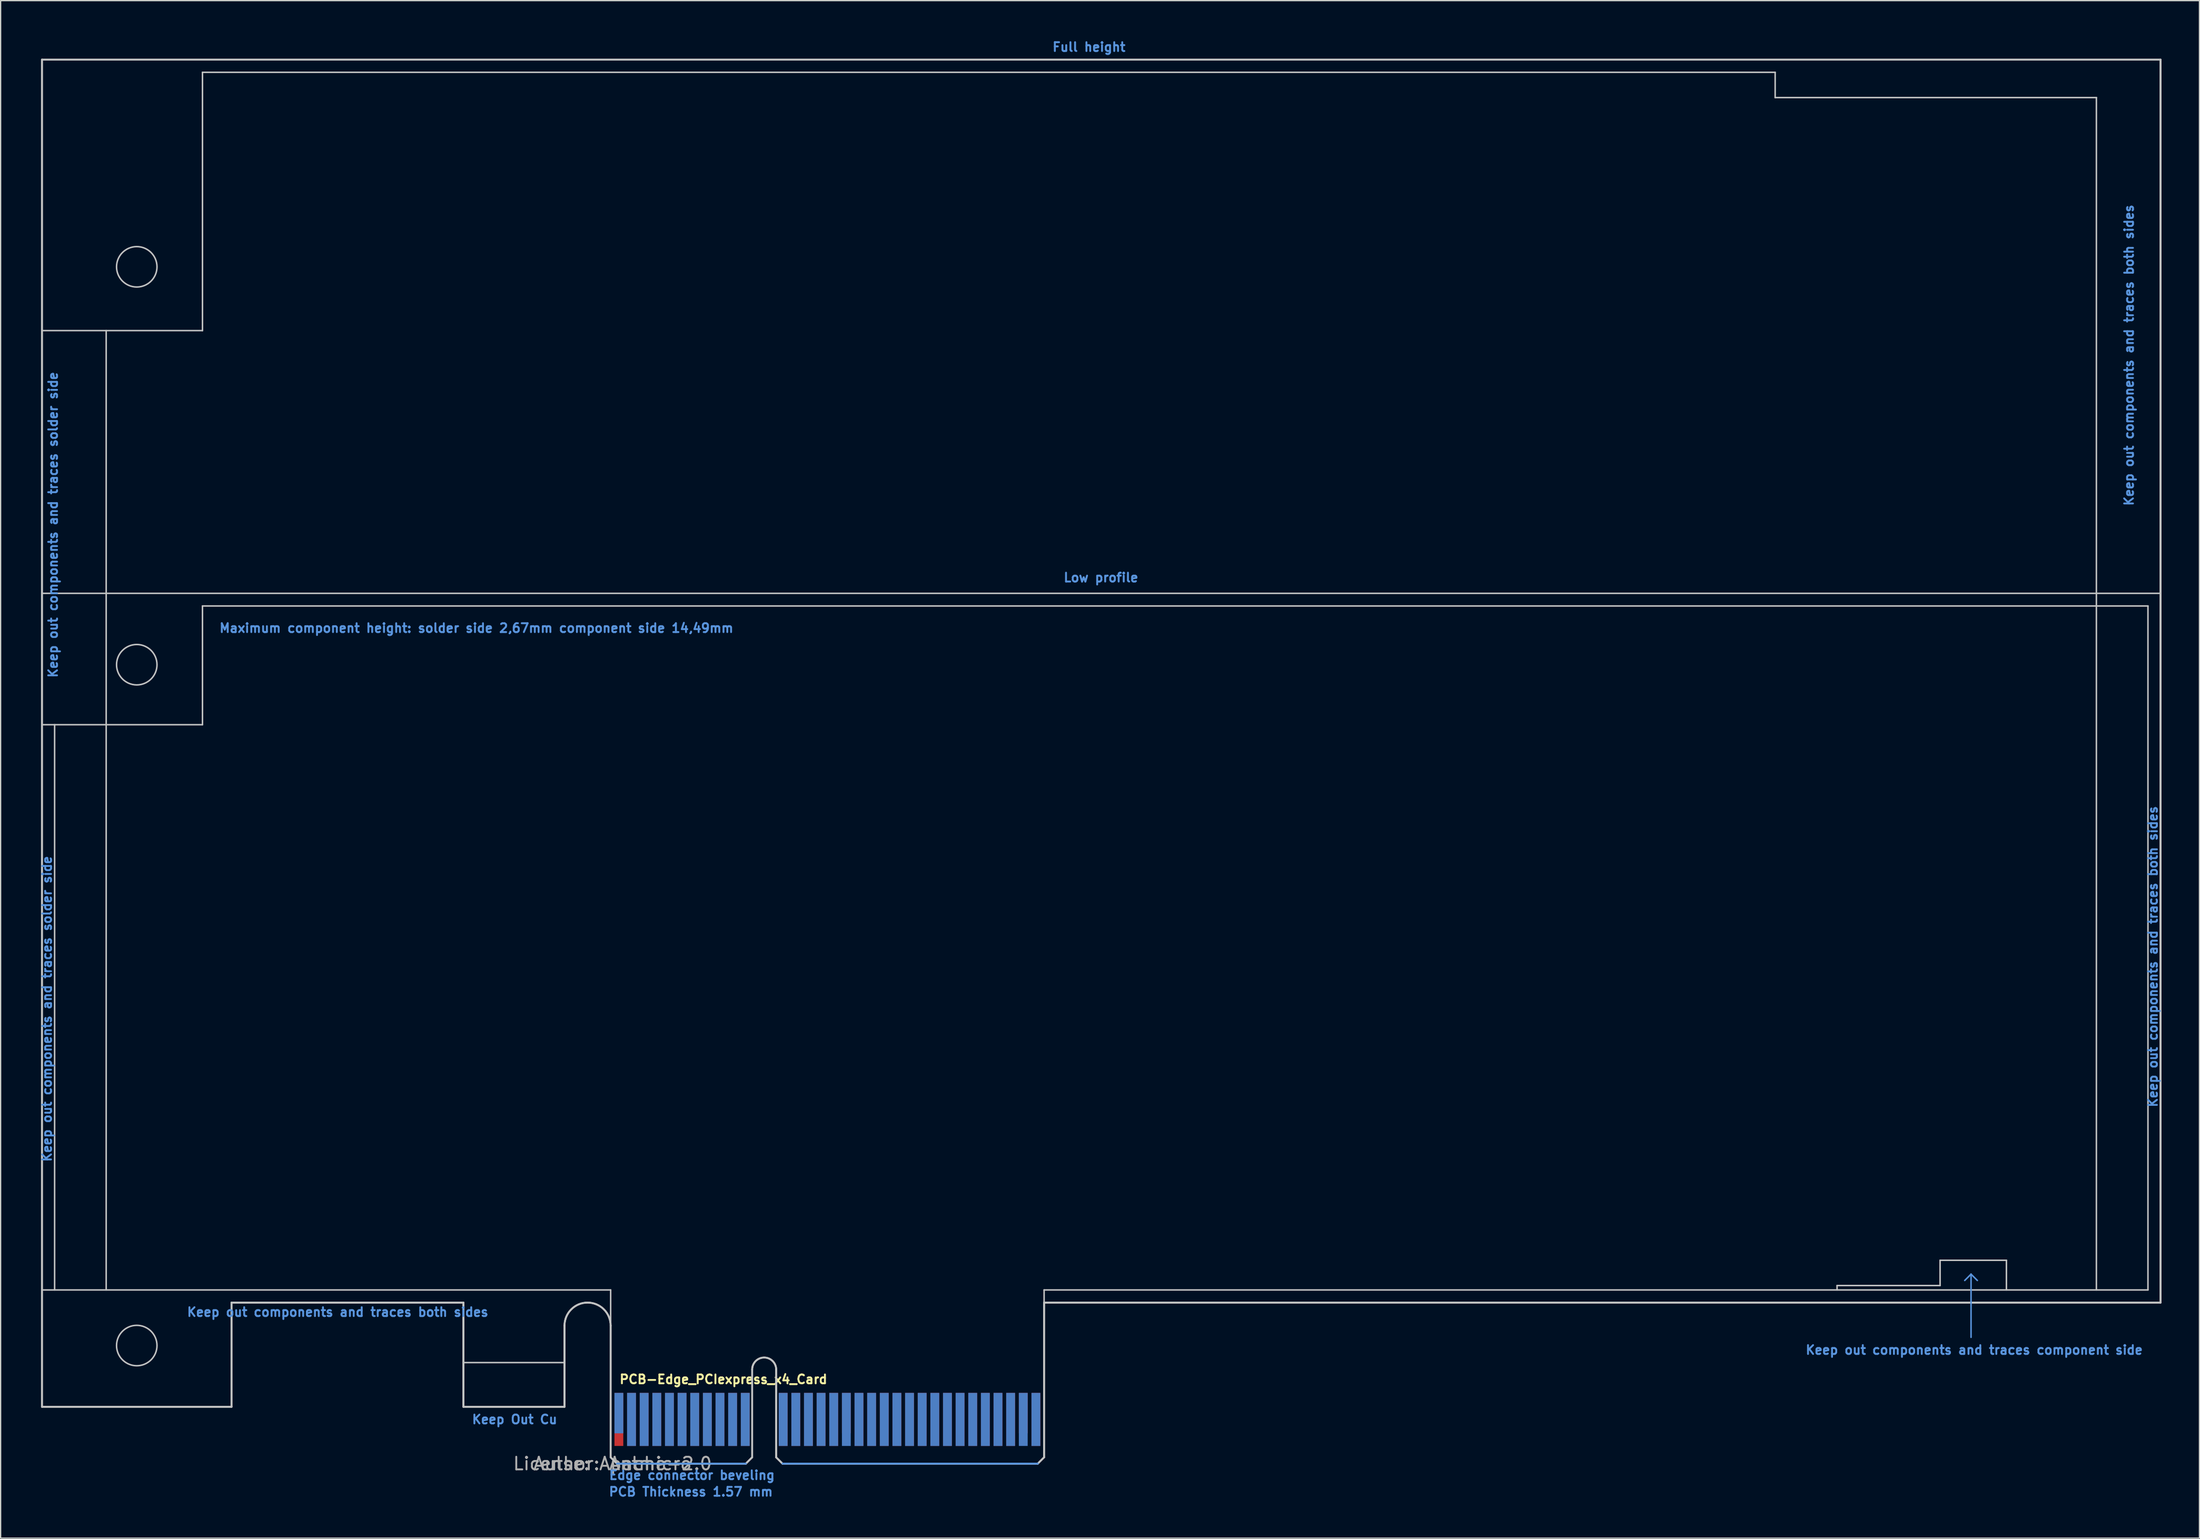
<source format=kicad_pcb>
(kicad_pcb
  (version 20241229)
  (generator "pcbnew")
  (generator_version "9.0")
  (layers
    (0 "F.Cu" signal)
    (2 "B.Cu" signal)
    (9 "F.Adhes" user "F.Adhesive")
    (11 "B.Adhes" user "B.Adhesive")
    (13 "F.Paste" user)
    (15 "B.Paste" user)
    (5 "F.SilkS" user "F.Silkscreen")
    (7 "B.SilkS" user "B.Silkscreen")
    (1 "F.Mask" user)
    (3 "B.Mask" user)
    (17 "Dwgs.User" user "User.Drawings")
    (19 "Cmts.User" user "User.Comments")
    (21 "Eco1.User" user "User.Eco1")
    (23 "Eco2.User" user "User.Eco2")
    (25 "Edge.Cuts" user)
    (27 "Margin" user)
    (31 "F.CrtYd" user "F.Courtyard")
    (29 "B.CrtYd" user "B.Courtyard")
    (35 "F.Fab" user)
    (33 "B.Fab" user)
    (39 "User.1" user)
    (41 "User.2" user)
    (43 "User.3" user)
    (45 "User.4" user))
  (footprint "PCB-Edge_PCIexpress_x4_Card"
    (layer "F.Cu")
    (at 45.423 112.823)
    (property "Reference" "PCB-Edge_PCIexpress_x4_Card" (at 0.475 -6.675 0) (layer "F.SilkS") (effects (font (size 0.7 0.7) (thickness 0.15)) (justify left)))
    (attr exclude_from_pos_files exclude_from_bom)
    (fp_poly (pts (xy -11.8 -4.5) (xy -11.8 -8) (xy -3.8 -8) (xy -3.8 -4.5)) (stroke (width 0) (type solid)) (fill yes) (layer "F.Mask"))
    (fp_poly (pts (xy -0.25 -5.5) (xy 34.25 -5.5) (xy 34.25 0) (xy -0.25 0)) (stroke (width 0.2) (type solid)) (fill yes) (layer "F.Mask"))
    (fp_poly (pts (xy -11.8 -4.5) (xy -11.8 -8) (xy -3.8 -8) (xy -3.8 -4.5)) (stroke (width 0) (type solid)) (fill yes) (layer "B.Mask"))
    (fp_poly (pts (xy -0.25 -5.5) (xy 34.25 -5.5) (xy 34.25 0) (xy -0.25 0)) (stroke (width 0.2) (type solid)) (fill yes) (layer "B.Mask"))
    (fp_line (start -45.15 -111.15) (end -45.15 -4.5) (stroke (width 0.12) (type solid)) (layer "Dwgs.User"))
    (fp_line (start -45.15 -111.15) (end -45.15 -4.5) (stroke (width 0.12) (type solid)) (layer "Dwgs.User"))
    (fp_line (start -45.15 -111.15) (end 122.5 -111.15) (stroke (width 0.12) (type solid)) (layer "Dwgs.User"))
    (fp_line (start -45.15 -111.15) (end 122.5 -111.15) (stroke (width 0.12) (type solid)) (layer "Dwgs.User"))
    (fp_line (start -45.15 -89.7) (end -32.45 -89.7) (stroke (width 0.12) (type solid)) (layer "Dwgs.User"))
    (fp_line (start -45.15 -68.9) (end 122.5 -68.9) (stroke (width 0.12) (type solid)) (layer "Dwgs.User"))
    (fp_line (start -45.15 -58.5) (end -32.45 -58.5) (stroke (width 0.12) (type solid)) (layer "Dwgs.User"))
    (fp_line (start -44.15 -58.5) (end -44.15 -13.75) (stroke (width 0.12) (type solid)) (layer "Dwgs.User"))
    (fp_line (start -40.07 -13.75) (end -40.07 -89.7) (stroke (width 0.12) (type solid)) (layer "Dwgs.User"))
    (fp_line (start -32.45 -110.15) (end -32.45 -89.7) (stroke (width 0.12) (type solid)) (layer "Dwgs.User"))
    (fp_line (start -32.45 -110.15) (end 92 -110.15) (stroke (width 0.12) (type solid)) (layer "Dwgs.User"))
    (fp_line (start -32.45 -67.9) (end 121.5 -67.9) (stroke (width 0.12) (type solid)) (layer "Dwgs.User"))
    (fp_line (start -32.45 -58.5) (end -32.45 -67.9) (stroke (width 0.12) (type solid)) (layer "Dwgs.User"))
    (fp_line (start -30.15 -12.75) (end -11.8 -12.75) (stroke (width 0.12) (type solid)) (layer "Dwgs.User"))
    (fp_line (start -30.15 -12.75) (end -11.8 -12.75) (stroke (width 0.12) (type solid)) (layer "Dwgs.User"))
    (fp_line (start -30.15 -4.5) (end -45.15 -4.5) (stroke (width 0.12) (type solid)) (layer "Dwgs.User"))
    (fp_line (start -30.15 -4.5) (end -45.15 -4.5) (stroke (width 0.12) (type solid)) (layer "Dwgs.User"))
    (fp_line (start -30.15 -4.5) (end -30.15 -12.75) (stroke (width 0.12) (type solid)) (layer "Dwgs.User"))
    (fp_line (start -30.15 -4.5) (end -30.15 -12.75) (stroke (width 0.12) (type solid)) (layer "Dwgs.User"))
    (fp_line (start -11.8 -8) (end -3.8 -8) (stroke (width 0.12) (type solid)) (layer "Dwgs.User"))
    (fp_line (start -11.8 -4.5) (end -11.8 -12.75) (stroke (width 0.12) (type solid)) (layer "Dwgs.User"))
    (fp_line (start -11.8 -4.5) (end -11.8 -12.75) (stroke (width 0.12) (type solid)) (layer "Dwgs.User"))
    (fp_line (start -11.8 -4.5) (end -3.8 -4.5) (stroke (width 0.12) (type solid)) (layer "Dwgs.User"))
    (fp_line (start -11.8 -4.5) (end -3.8 -4.5) (stroke (width 0.12) (type solid)) (layer "Dwgs.User"))
    (fp_line (start -3.8 -4.5) (end -3.8 -10.925) (stroke (width 0.12) (type solid)) (layer "Dwgs.User"))
    (fp_line (start -3.8 -4.5) (end -3.8 -10.925) (stroke (width 0.12) (type solid)) (layer "Dwgs.User"))
    (fp_line (start -0.15 -13.75) (end -45.15 -13.75) (stroke (width 0.12) (type solid)) (layer "Dwgs.User"))
    (fp_line (start -0.15 -10.925) (end -0.15 -13.75) (stroke (width 0.12) (type solid)) (layer "Dwgs.User"))
    (fp_line (start -0.15 -0.5) (end -0.15 -10.925) (stroke (width 0.12) (type solid)) (layer "Dwgs.User"))
    (fp_line (start -0.15 -0.5) (end -0.15 -10.925) (stroke (width 0.12) (type solid)) (layer "Dwgs.User"))
    (fp_line (start -0.15 -0.5) (end 0.35 0) (stroke (width 0.12) (type solid)) (layer "Dwgs.User"))
    (fp_line (start -0.15 -0.5) (end 0.35 0) (stroke (width 0.12) (type solid)) (layer "Dwgs.User"))
    (fp_line (start 0.35 0) (end 10.55 0) (stroke (width 0.12) (type solid)) (layer "Dwgs.User"))
    (fp_line (start 0.35 0) (end 10.55 0) (stroke (width 0.12) (type solid)) (layer "Dwgs.User"))
    (fp_line (start 11.05 -7.45) (end 11.05 -0.5) (stroke (width 0.12) (type solid)) (layer "Dwgs.User"))
    (fp_line (start 11.05 -7.45) (end 11.05 -0.5) (stroke (width 0.12) (type solid)) (layer "Dwgs.User"))
    (fp_line (start 11.05 -0.5) (end 10.55 0) (stroke (width 0.12) (type solid)) (layer "Dwgs.User"))
    (fp_line (start 11.05 -0.5) (end 10.55 0) (stroke (width 0.12) (type solid)) (layer "Dwgs.User"))
    (fp_line (start 12.95 -7.45) (end 12.95 -0.5) (stroke (width 0.12) (type solid)) (layer "Dwgs.User"))
    (fp_line (start 12.95 -7.45) (end 12.95 -0.5) (stroke (width 0.12) (type solid)) (layer "Dwgs.User"))
    (fp_line (start 12.95 -0.5) (end 13.45 0) (stroke (width 0.12) (type solid)) (layer "Dwgs.User"))
    (fp_line (start 12.95 -0.5) (end 13.45 0) (stroke (width 0.12) (type solid)) (layer "Dwgs.User"))
    (fp_line (start 13.45 0) (end 33.65 0) (stroke (width 0.12) (type solid)) (layer "Dwgs.User"))
    (fp_line (start 13.45 0) (end 33.65 0) (stroke (width 0.12) (type solid)) (layer "Dwgs.User"))
    (fp_line (start 34.15 -13.75) (end 121.5 -13.75) (stroke (width 0.12) (type solid)) (layer "Dwgs.User"))
    (fp_line (start 34.15 -12.75) (end 34.15 -13.75) (stroke (width 0.12) (type solid)) (layer "Dwgs.User"))
    (fp_line (start 34.15 -12.75) (end 122.503 -12.75) (stroke (width 0.12) (type solid)) (layer "Dwgs.User"))
    (fp_line (start 34.15 -12.75) (end 122.503 -12.75) (stroke (width 0.12) (type solid)) (layer "Dwgs.User"))
    (fp_line (start 34.15 -0.5) (end 33.65 0) (stroke (width 0.12) (type solid)) (layer "Dwgs.User"))
    (fp_line (start 34.15 -0.5) (end 34.15 -12.75) (stroke (width 0.12) (type solid)) (layer "Dwgs.User"))
    (fp_line (start 34.15 -0.5) (end 34.15 -12.75) (stroke (width 0.12) (type solid)) (layer "Dwgs.User"))
    (fp_line (start 92 -110.15) (end 92 -108.15) (stroke (width 0.12) (type solid)) (layer "Dwgs.User"))
    (fp_line (start 92 -108.15) (end 117.42 -108.15) (stroke (width 0.12) (type solid)) (layer "Dwgs.User"))
    (fp_line (start 96.9 -14.1) (end 96.9 -13.75) (stroke (width 0.12) (type solid)) (layer "Dwgs.User"))
    (fp_line (start 96.9 -14.1) (end 105.05 -14.1) (stroke (width 0.12) (type solid)) (layer "Dwgs.User"))
    (fp_line (start 105.05 -16.1) (end 110.3 -16.1) (stroke (width 0.12) (type solid)) (layer "Dwgs.User"))
    (fp_line (start 105.05 -14.1) (end 105.05 -16.1) (stroke (width 0.12) (type solid)) (layer "Dwgs.User"))
    (fp_line (start 110.3 -16.1) (end 110.3 -13.75) (stroke (width 0.12) (type solid)) (layer "Dwgs.User"))
    (fp_line (start 117.42 -108.15) (end 117.42 -13.75) (stroke (width 0.12) (type solid)) (layer "Dwgs.User"))
    (fp_line (start 121.5 -67.9) (end 121.5 -13.75) (stroke (width 0.12) (type solid)) (layer "Dwgs.User"))
    (fp_line (start 122.5 -111.15) (end 122.5 -12.75) (stroke (width 0.12) (type solid)) (layer "Dwgs.User"))
    (fp_line (start 122.5 -111.15) (end 122.5 -12.75) (stroke (width 0.12) (type solid)) (layer "Dwgs.User"))
    (fp_arc (start -3.8 -10.925) (mid -1.975 -12.75) (end -0.15 -10.925) (stroke (width 0.12) (type solid)) (layer "Dwgs.User"))
    (fp_arc (start -3.8 -10.925) (mid -1.975 -12.75) (end -0.15 -10.925) (stroke (width 0.12) (type solid)) (layer "Dwgs.User"))
    (fp_arc (start 11.05 -7.45) (mid 12 -8.4) (end 12.95 -7.45) (stroke (width 0.12) (type solid)) (layer "Dwgs.User"))
    (fp_arc (start 11.05 -7.45) (mid 12 -8.4) (end 12.95 -7.45) (stroke (width 0.12) (type solid)) (layer "Dwgs.User"))
    (fp_circle (center -37.65 -94.75) (end -36.05 -94.75) (stroke (width 0.12) (type solid)) (fill no) (layer "Dwgs.User"))
    (fp_circle (center -37.65 -63.25) (end -36.05 -63.25) (stroke (width 0.12) (type solid)) (fill no) (layer "Dwgs.User"))
    (fp_circle (center -37.65 -9.35) (end -36.05 -9.35) (stroke (width 0.12) (type solid)) (fill no) (layer "Dwgs.User"))
    (fp_line (start 0.35 0) (end 10.55 0) (stroke (width 0.15) (type solid)) (layer "Cmts.User"))
    (fp_line (start 13.45 0) (end 33.65 0) (stroke (width 0.15) (type solid)) (layer "Cmts.User"))
    (fp_line (start 107.5 -15) (end 107 -14.5) (stroke (width 0.12) (type solid)) (layer "Cmts.User"))
    (fp_line (start 107.5 -15) (end 108 -14.5) (stroke (width 0.12) (type solid)) (layer "Cmts.User"))
    (fp_line (start 107.5 -10) (end 107.5 -15) (stroke (width 0.12) (type solid)) (layer "Cmts.User"))
    (fp_line (start -45.153 -111.15) (end -45.153 -4.5) (stroke (width 0.15) (type solid)) (layer "Edge.Cuts"))
    (fp_line (start -45.153 -111.15) (end 122.497 -111.15) (stroke (width 0.15) (type solid)) (layer "Edge.Cuts"))
    (fp_line (start -30.153 -12.75) (end -11.803 -12.75) (stroke (width 0.15) (type solid)) (layer "Edge.Cuts"))
    (fp_line (start -30.153 -4.5) (end -45.153 -4.5) (stroke (width 0.15) (type solid)) (layer "Edge.Cuts"))
    (fp_line (start -30.153 -4.5) (end -30.153 -12.75) (stroke (width 0.15) (type solid)) (layer "Edge.Cuts"))
    (fp_line (start -11.803 -4.5) (end -11.803 -12.75) (stroke (width 0.15) (type solid)) (layer "Edge.Cuts"))
    (fp_line (start -11.803 -4.5) (end -3.803 -4.5) (stroke (width 0.15) (type solid)) (layer "Edge.Cuts"))
    (fp_line (start -3.803 -4.5) (end -3.803 -10.925) (stroke (width 0.15) (type solid)) (layer "Edge.Cuts"))
    (fp_line (start -0.153 -0.5) (end -0.153 -10.925) (stroke (width 0.15) (type solid)) (layer "Edge.Cuts"))
    (fp_line (start -0.153 -0.5) (end 0.347 0) (stroke (width 0.15) (type solid)) (layer "Edge.Cuts"))
    (fp_line (start 0.347 0) (end 10.547 0) (stroke (width 0.15) (type solid)) (layer "Edge.Cuts"))
    (fp_line (start 11.047 -7.45) (end 11.047 -0.5) (stroke (width 0.15) (type solid)) (layer "Edge.Cuts"))
    (fp_line (start 11.047 -0.5) (end 10.547 0) (stroke (width 0.15) (type solid)) (layer "Edge.Cuts"))
    (fp_line (start 12.947 -7.45) (end 12.947 -0.5) (stroke (width 0.15) (type solid)) (layer "Edge.Cuts"))
    (fp_line (start 12.947 -0.5) (end 13.447 0) (stroke (width 0.15) (type solid)) (layer "Edge.Cuts"))
    (fp_line (start 13.447 0) (end 33.647 0) (stroke (width 0.15) (type solid)) (layer "Edge.Cuts"))
    (fp_line (start 34.147 -12.75) (end 122.5 -12.75) (stroke (width 0.15) (type solid)) (layer "Edge.Cuts"))
    (fp_line (start 34.147 -0.5) (end 33.647 0) (stroke (width 0.15) (type solid)) (layer "Edge.Cuts"))
    (fp_line (start 34.147 -0.5) (end 34.147 -12.75) (stroke (width 0.15) (type solid)) (layer "Edge.Cuts"))
    (fp_line (start 122.497 -111.15) (end 122.497 -12.75) (stroke (width 0.15) (type solid)) (layer "Edge.Cuts"))
    (fp_arc (start -3.8027 -10.925) (mid -1.9777 -12.75) (end -0.1527 -10.925) (stroke (width 0.15) (type solid)) (layer "Edge.Cuts"))
    (fp_arc (start 11.0473 -7.45) (mid 11.9973 -8.4) (end 12.9473 -7.45) (stroke (width 0.15) (type solid)) (layer "Edge.Cuts"))
    (fp_text user "Keep Out Cu" (at -7.75 -3.5 0) (layer "Cmts.User") (effects (font (size 0.7 0.7) (thickness 0.15))))
    (fp_text user "Keep out components and traces component side" (at 107.75 -9 180) (layer "Cmts.User") (effects (font (size 0.7 0.7) (thickness 0.15))))
    (fp_text user "Full height" (at 37.7 -112.15 0) (layer "Cmts.User") (effects (font (size 0.7 0.7) (thickness 0.15))))
    (fp_text user "Keep out components and traces solder side" (at -44.75 -36 90) (layer "Cmts.User") (effects (font (size 0.7 0.7) (thickness 0.15))))
    (fp_text user "Low profile" (at 38.65 -70.15 0) (layer "Cmts.User") (effects (font (size 0.7 0.7) (thickness 0.15))))
    (fp_text user "Keep out components and traces both sides" (at 121.893 -40.135 90) (layer "Cmts.User") (effects (font (size 0.7 0.7) (thickness 0.15))))
    (fp_text user "Maximum component height: solder side 2,67mm component side 14,49mm" (at -10.77 -66.15 0) (layer "Cmts.User") (effects (font (size 0.7 0.7) (thickness 0.15))))
    (fp_text user "Keep out components and traces both sides" (at -21.75 -12 0) (layer "Cmts.User") (effects (font (size 0.7 0.7) (thickness 0.15))))
    (fp_text user "Keep out components and traces solder side" (at -44.275 -74.325 270) (layer "Cmts.User") (effects (font (size 0.7 0.7) (thickness 0.15))))
    (fp_text user "Keep out components and traces both sides" (at 120 -87.75 90) (layer "Cmts.User") (effects (font (size 0.7 0.7) (thickness 0.15))))
    (fp_text user "Edge connector beveling" (at -0.35 1.325 180) (layer "Cmts.User") (effects (font (size 0.7 0.7) (thickness 0.15)) (justify left bottom)))
    (fp_text user "PCB Thickness 1.57 mm" (at 6.2 2.225 180) (layer "Cmts.User") (effects (font (size 0.7 0.7) (thickness 0.15))))
    (fp_text user "Author: Antmicro" (at 0 0 0) (layer "F.Fab") (effects (font (size 1 1) (thickness 0.15))))
    (fp_text user "License: Apache-2.0" (at 0 0 0) (layer "F.Fab") (effects (font (size 1 1) (thickness 0.15))))
    (pad "A1" connect rect (at 0.5 -4) (size 0.7 3.2) (layers "B.Cu" "B.Mask"))
    (pad "A2" connect rect (at 1.5 -3.5) (size 0.7 4.2) (layers "B.Cu" "B.Mask"))
    (pad "A3" connect rect (at 2.5 -3.5) (size 0.7 4.2) (layers "B.Cu" "B.Mask"))
    (pad "A4" connect rect (at 3.5 -3.5) (size 0.7 4.2) (layers "B.Cu" "B.Mask"))
    (pad "A5" connect rect (at 4.5 -3.5) (size 0.7 4.2) (layers "B.Cu" "B.Mask"))
    (pad "A6" connect rect (at 5.5 -3.5) (size 0.7 4.2) (layers "B.Cu" "B.Mask"))
    (pad "A7" connect rect (at 6.5 -3.5) (size 0.7 4.2) (layers "B.Cu" "B.Mask"))
    (pad "A8" connect rect (at 7.5 -3.5) (size 0.7 4.2) (layers "B.Cu" "B.Mask"))
    (pad "A9" connect rect (at 8.5 -3.5) (size 0.7 4.2) (layers "B.Cu" "B.Mask"))
    (pad "A10" connect rect (at 9.5 -3.5) (size 0.7 4.2) (layers "B.Cu" "B.Mask"))
    (pad "A11" connect rect (at 10.5 -3.5) (size 0.7 4.2) (layers "B.Cu" "B.Mask"))
    (pad "A12" connect rect (at 13.5 -3.5) (size 0.7 4.2) (layers "B.Cu" "B.Mask"))
    (pad "A13" connect rect (at 14.5 -3.5) (size 0.7 4.2) (layers "B.Cu" "B.Mask"))
    (pad "A14" connect rect (at 15.5 -3.5) (size 0.7 4.2) (layers "B.Cu" "B.Mask"))
    (pad "A15" connect rect (at 16.5 -3.5) (size 0.7 4.2) (layers "B.Cu" "B.Mask"))
    (pad "A16" connect rect (at 17.5 -3.5) (size 0.7 4.2) (layers "B.Cu" "B.Mask"))
    (pad "A17" connect rect (at 18.5 -3.5) (size 0.7 4.2) (layers "B.Cu" "B.Mask"))
    (pad "A18" connect rect (at 19.5 -3.5) (size 0.7 4.2) (layers "B.Cu" "B.Mask"))
    (pad "A19" connect rect (at 20.5 -3.5) (size 0.7 4.2) (layers "B.Cu" "B.Mask"))
    (pad "A20" connect rect (at 21.5 -3.5) (size 0.7 4.2) (layers "B.Cu" "B.Mask"))
    (pad "A21" connect rect (at 22.5 -3.5) (size 0.7 4.2) (layers "B.Cu" "B.Mask"))
    (pad "A22" connect rect (at 23.5 -3.5) (size 0.7 4.2) (layers "B.Cu" "B.Mask"))
    (pad "A23" connect rect (at 24.5 -3.5) (size 0.7 4.2) (layers "B.Cu" "B.Mask"))
    (pad "A24" connect rect (at 25.5 -3.5) (size 0.7 4.2) (layers "B.Cu" "B.Mask"))
    (pad "A25" connect rect (at 26.5 -3.5) (size 0.7 4.2) (layers "B.Cu" "B.Mask"))
    (pad "A26" connect rect (at 27.5 -3.5) (size 0.7 4.2) (layers "B.Cu" "B.Mask"))
    (pad "A27" connect rect (at 28.5 -3.5) (size 0.7 4.2) (layers "B.Cu" "B.Mask"))
    (pad "A28" connect rect (at 29.5 -3.5) (size 0.7 4.2) (layers "B.Cu" "B.Mask"))
    (pad "A29" connect rect (at 30.5 -3.5) (size 0.7 4.2) (layers "B.Cu" "B.Mask"))
    (pad "A30" connect rect (at 31.5 -3.5) (size 0.7 4.2) (layers "B.Cu" "B.Mask"))
    (pad "A31" connect rect (at 32.5 -3.5) (size 0.7 4.2) (layers "B.Cu" "B.Mask"))
    (pad "A32" connect rect (at 33.5 -3.5) (size 0.7 4.2) (layers "B.Cu" "B.Mask"))
    (pad "B1" connect rect (at 0.5 -3.5) (size 0.7 4.2) (layers "F.Cu" "F.Mask"))
    (pad "B2" connect rect (at 1.5 -3.5) (size 0.7 4.2) (layers "F.Cu" "F.Mask"))
    (pad "B3" connect rect (at 2.5 -3.5) (size 0.7 4.2) (layers "F.Cu" "F.Mask"))
    (pad "B4" connect rect (at 3.5 -3.5) (size 0.7 4.2) (layers "F.Cu" "F.Mask"))
    (pad "B5" connect rect (at 4.5 -3.5) (size 0.7 4.2) (layers "F.Cu" "F.Mask"))
    (pad "B6" connect rect (at 5.5 -3.5) (size 0.7 4.2) (layers "F.Cu" "F.Mask"))
    (pad "B7" connect rect (at 6.5 -3.5) (size 0.7 4.2) (layers "F.Cu" "F.Mask"))
    (pad "B8" connect rect (at 7.5 -3.5) (size 0.7 4.2) (layers "F.Cu" "F.Mask"))
    (pad "B9" connect rect (at 8.5 -3.5) (size 0.7 4.2) (layers "F.Cu" "F.Mask"))
    (pad "B10" connect rect (at 9.5 -3.5) (size 0.7 4.2) (layers "F.Cu" "F.Mask"))
    (pad "B11" connect rect (at 10.5 -3.5) (size 0.7 4.2) (layers "F.Cu" "F.Mask"))
    (pad "B12" connect rect (at 13.5 -3.5) (size 0.7 4.2) (layers "F.Cu" "F.Mask"))
    (pad "B13" connect rect (at 14.5 -3.5) (size 0.7 4.2) (layers "F.Cu" "F.Mask"))
    (pad "B14" connect rect (at 15.5 -3.5) (size 0.7 4.2) (layers "F.Cu" "F.Mask"))
    (pad "B15" connect rect (at 16.5 -3.5) (size 0.7 4.2) (layers "F.Cu" "F.Mask"))
    (pad "B16" connect rect (at 17.5 -3.5) (size 0.7 4.2) (layers "F.Cu" "F.Mask"))
    (pad "B17" connect rect (at 18.5 -4) (size 0.7 3.2) (layers "F.Cu" "F.Mask"))
    (pad "B18" connect rect (at 19.5 -3.5) (size 0.7 4.2) (layers "F.Cu" "F.Mask"))
    (pad "B19" connect rect (at 20.5 -3.5) (size 0.7 4.2) (layers "F.Cu" "F.Mask"))
    (pad "B20" connect rect (at 21.5 -3.5) (size 0.7 4.2) (layers "F.Cu" "F.Mask"))
    (pad "B21" connect rect (at 22.5 -3.5) (size 0.7 4.2) (layers "F.Cu" "F.Mask"))
    (pad "B22" connect rect (at 23.5 -3.5) (size 0.7 4.2) (layers "F.Cu" "F.Mask"))
    (pad "B23" connect rect (at 24.5 -3.5) (size 0.7 4.2) (layers "F.Cu" "F.Mask"))
    (pad "B24" connect rect (at 25.5 -3.5) (size 0.7 4.2) (layers "F.Cu" "F.Mask"))
    (pad "B25" connect rect (at 26.5 -3.5) (size 0.7 4.2) (layers "F.Cu" "F.Mask"))
    (pad "B26" connect rect (at 27.5 -3.5) (size 0.7 4.2) (layers "F.Cu" "F.Mask"))
    (pad "B27" connect rect (at 28.5 -3.5) (size 0.7 4.2) (layers "F.Cu" "F.Mask"))
    (pad "B28" connect rect (at 29.5 -3.5) (size 0.7 4.2) (layers "F.Cu" "F.Mask"))
    (pad "B29" connect rect (at 30.5 -3.5) (size 0.7 4.2) (layers "F.Cu" "F.Mask"))
    (pad "B30" connect rect (at 31.5 -3.5) (size 0.7 4.2) (layers "F.Cu" "F.Mask"))
    (pad "B31" connect rect (at 32.5 -4) (size 0.7 3.2) (layers "F.Cu" "F.Mask"))
    (pad "B32" connect rect (at 33.5 -3.5) (size 0.7 4.2) (layers "F.Cu" "F.Mask")))
  (gr_rect
    (start -3 -3)
    (end 170.998 118.721)
    (stroke (width 0.1) (type default))
    (fill no)
    (layer "Edge.Cuts")))
</source>
